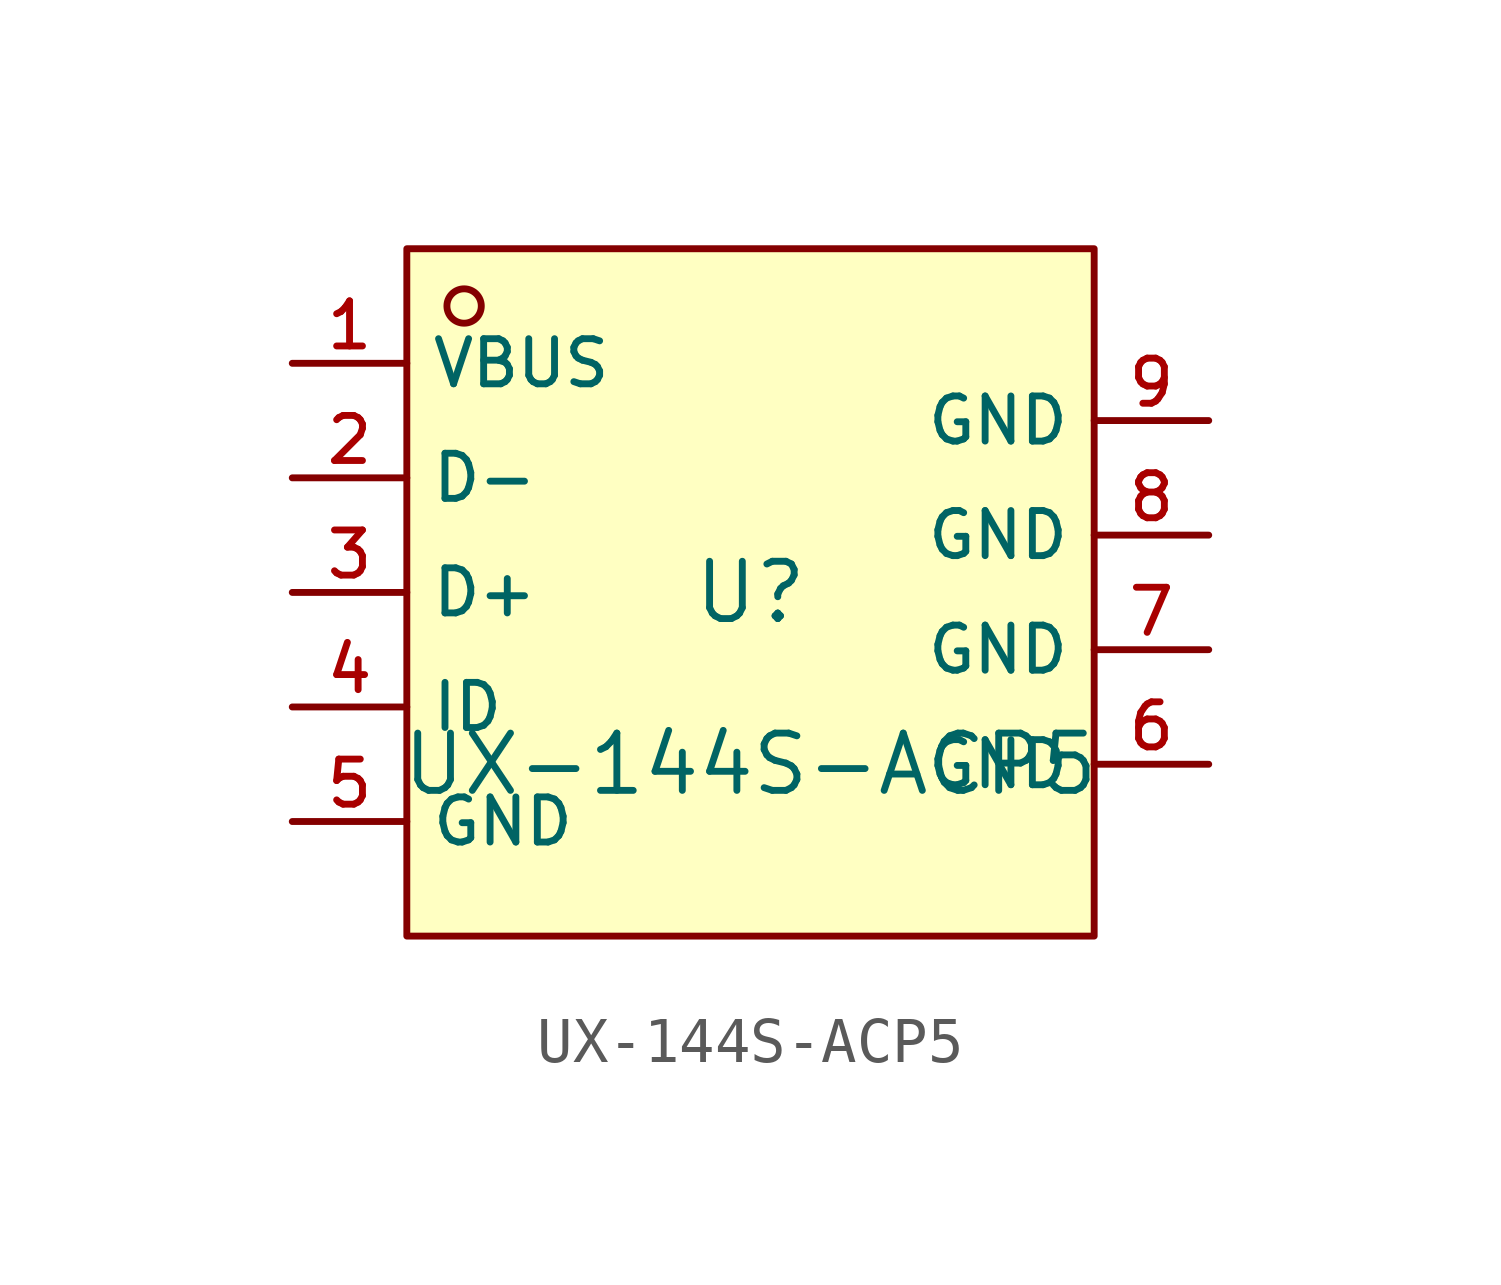
<source format=kicad_sym>
(kicad_symbol_lib
  (version 20210201)
  (generator TousstNicolas/JLC2KiCad_lib)
  (symbol "UX-144S-ACP5"
    (property "Reference" "U"
      (at 0 1.27 0)
      (effects (font (size 1.27 1.27))))
    (property "Value" "UX-144S-ACP5"
      (at 0 -2.54 0)
      (effects (font (size 1.27 1.27))))
    (symbol "UX-144S-ACP5_0_1"
      (pin unspecified line (at 10.16 5.08 180) (length 2.54) (name "GND" (effects (font (size 1 1)))) (number "9" (effects (font (size 1 1)))))
      (pin unspecified line (at 10.16 2.54 180) (length 2.54) (name "GND" (effects (font (size 1 1)))) (number "8" (effects (font (size 1 1)))))
      (pin unspecified line (at 10.16 -0.0 180) (length 2.54) (name "GND" (effects (font (size 1 1)))) (number "7" (effects (font (size 1 1)))))
      (pin unspecified line (at 10.16 -2.54 180) (length 2.54) (name "GND" (effects (font (size 1 1)))) (number "6" (effects (font (size 1 1)))))
      (pin unspecified line (at -10.16 -3.81 0) (length 2.54) (name "GND" (effects (font (size 1 1)))) (number "5" (effects (font (size 1 1)))))
      (pin unspecified line (at -10.16 -1.27 0) (length 2.54) (name "ID" (effects (font (size 1 1)))) (number "4" (effects (font (size 1 1)))))
      (pin unspecified line (at -10.16 1.27 0) (length 2.54) (name "D+" (effects (font (size 1 1)))) (number "3" (effects (font (size 1 1)))))
      (pin unspecified line (at -10.16 3.81 0) (length 2.54) (name "D-" (effects (font (size 1 1)))) (number "2" (effects (font (size 1 1)))))
      (pin unspecified line (at -10.16 6.35 0) (length 2.54) (name "VBUS" (effects (font (size 1 1)))) (number "1" (effects (font (size 1 1)))))
      (circle (center -6.35 7.62) (radius 0.381) (stroke (width 0) (type default) (color 0 0 0 0)) (fill (type background)))
      (rectangle (start -7.62 8.89) (end 7.62 -6.35) (stroke (width 0) (type default) (color 0 0 0 0)) (fill (type background))))))
</source>
